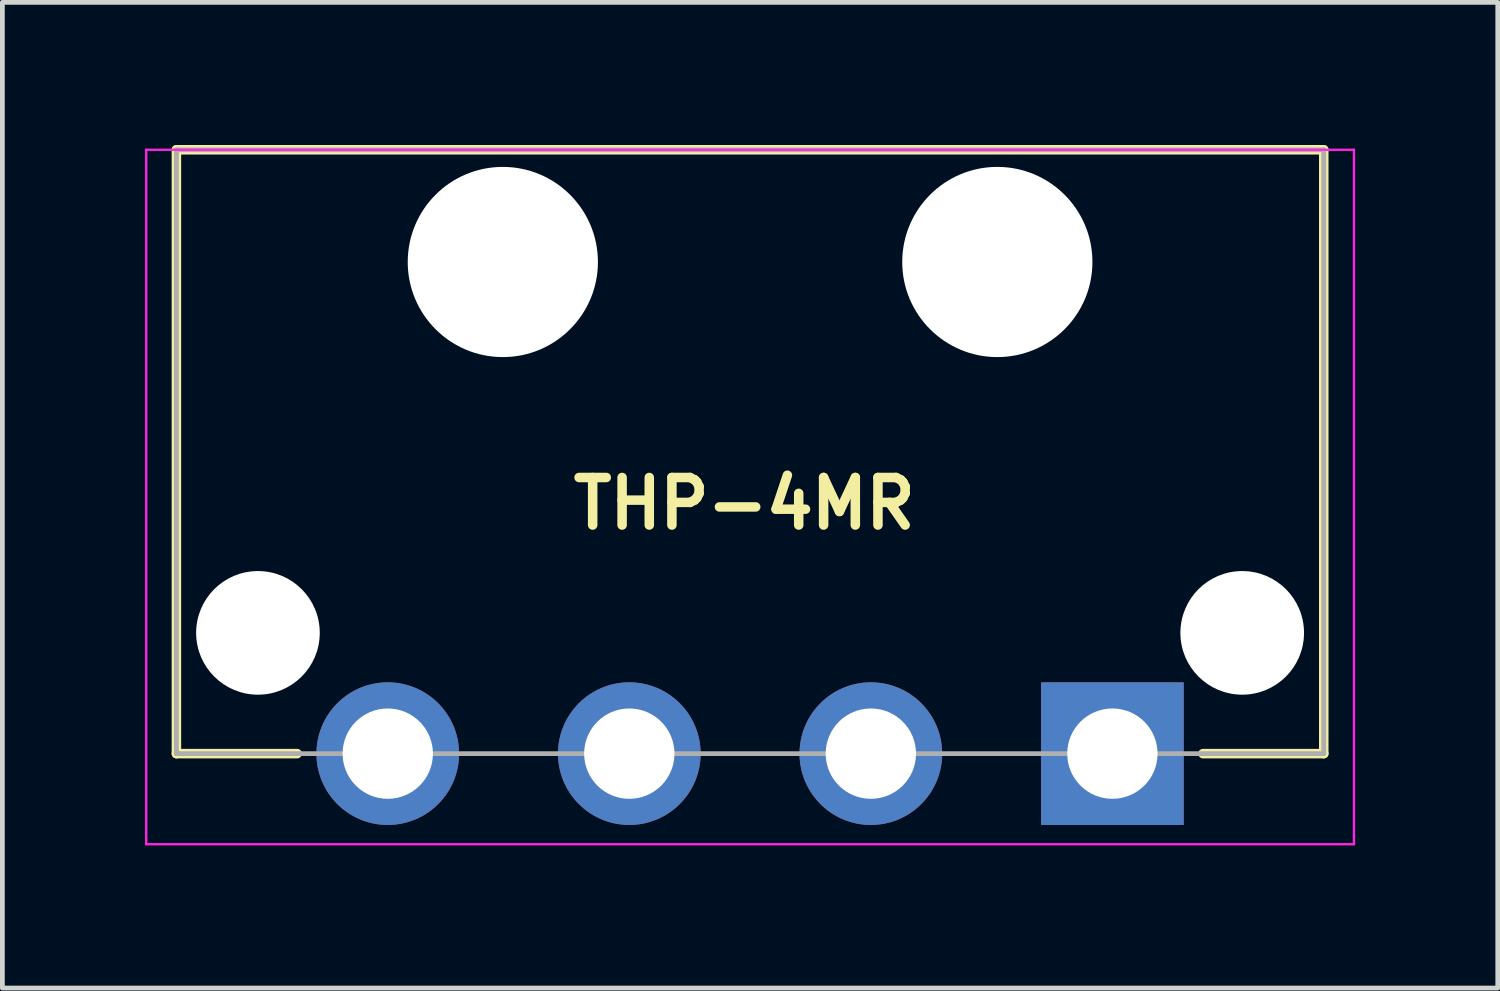
<source format=kicad_pcb>
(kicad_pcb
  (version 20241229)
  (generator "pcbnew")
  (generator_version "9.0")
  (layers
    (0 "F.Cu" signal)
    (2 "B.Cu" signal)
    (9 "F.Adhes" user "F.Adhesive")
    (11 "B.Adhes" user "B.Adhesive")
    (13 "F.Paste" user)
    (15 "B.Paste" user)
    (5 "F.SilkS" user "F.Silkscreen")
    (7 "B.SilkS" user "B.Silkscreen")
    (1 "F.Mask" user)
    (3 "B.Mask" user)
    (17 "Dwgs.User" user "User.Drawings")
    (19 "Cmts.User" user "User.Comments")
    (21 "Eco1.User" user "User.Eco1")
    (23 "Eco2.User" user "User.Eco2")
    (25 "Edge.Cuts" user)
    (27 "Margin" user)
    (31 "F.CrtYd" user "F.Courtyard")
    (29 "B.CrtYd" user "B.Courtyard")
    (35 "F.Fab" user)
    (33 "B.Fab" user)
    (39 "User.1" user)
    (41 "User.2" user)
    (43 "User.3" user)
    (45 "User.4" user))
  (footprint "THP-4MR"
    (layer "F.Cu")
    (at 5.105 12.8)
    (property "Reference" "THP-4MR" (at 7.5 -5.26 0) (layer "F.SilkS") (effects (font (size 1 1) (thickness 0.2))))
    (attr through_hole)
    (fp_line (start -4.445 -12.7) (end 19.685 -12.7) (stroke (width 0.2) (type solid)) (layer "F.SilkS"))
    (fp_line (start -4.445 0) (end -4.445 -12.7) (stroke (width 0.2) (type solid)) (layer "F.SilkS"))
    (fp_line (start -4.445 0) (end -1.905 0) (stroke (width 0.2) (type solid)) (layer "F.SilkS"))
    (fp_line (start 17.145 0) (end 19.685 0) (stroke (width 0.2) (type solid)) (layer "F.SilkS"))
    (fp_line (start 19.685 -12.7) (end 19.685 0) (stroke (width 0.2) (type solid)) (layer "F.SilkS"))
    (fp_line (start -5.08 -12.7) (end 20.32 -12.7) (stroke (width 0.05) (type solid)) (layer "F.CrtYd"))
    (fp_line (start -5.08 1.905) (end -5.08 -12.7) (stroke (width 0.05) (type solid)) (layer "F.CrtYd"))
    (fp_line (start 20.32 -12.7) (end 20.32 1.905) (stroke (width 0.05) (type solid)) (layer "F.CrtYd"))
    (fp_line (start 20.32 1.905) (end -5.08 1.905) (stroke (width 0.05) (type solid)) (layer "F.CrtYd"))
    (fp_line (start -4.445 -12.7) (end 19.685 -12.7) (stroke (width 0.1) (type solid)) (layer "F.Fab"))
    (fp_line (start -4.445 0) (end -4.445 -12.7) (stroke (width 0.1) (type solid)) (layer "F.Fab"))
    (fp_line (start 19.685 -12.7) (end 19.685 0) (stroke (width 0.1) (type solid)) (layer "F.Fab"))
    (fp_line (start 19.685 0) (end -4.445 0) (stroke (width 0.1) (type solid)) (layer "F.Fab"))
    (pad "" np_thru_hole circle (at -2.73 -2.54) (size 2.6 2.6) (drill 2.6) (layers "*.Cu" "*.Mask"))
    (pad "" np_thru_hole circle (at 2.42 -10.34) (size 4 4) (drill 4) (layers "*.Cu" "*.Mask"))
    (pad "" np_thru_hole circle (at 12.82 -10.34) (size 4 4) (drill 4) (layers "*.Cu" "*.Mask"))
    (pad "" np_thru_hole circle (at 17.97 -2.54) (size 2.6 2.6) (drill 2.6) (layers "*.Cu" "*.Mask"))
    (pad "1" thru_hole rect (at 15.24 0) (size 3 3) (drill 1.9) (layers "*.Cu" "*.Mask"))
    (pad "2" thru_hole circle (at 10.16 0) (size 3 3) (drill 1.9) (layers "*.Cu" "*.Mask"))
    (pad "3" thru_hole circle (at 5.08 0) (size 3 3) (drill 1.9) (layers "*.Cu" "*.Mask"))
    (pad "4" thru_hole circle (at 0 0) (size 3 3) (drill 1.9) (layers "*.Cu" "*.Mask")))
  (gr_rect
    (start -3 -3)
    (end 28.45 17.73)
    (stroke (width 0.1) (type default))
    (fill no)
    (layer "Edge.Cuts")))
</source>
